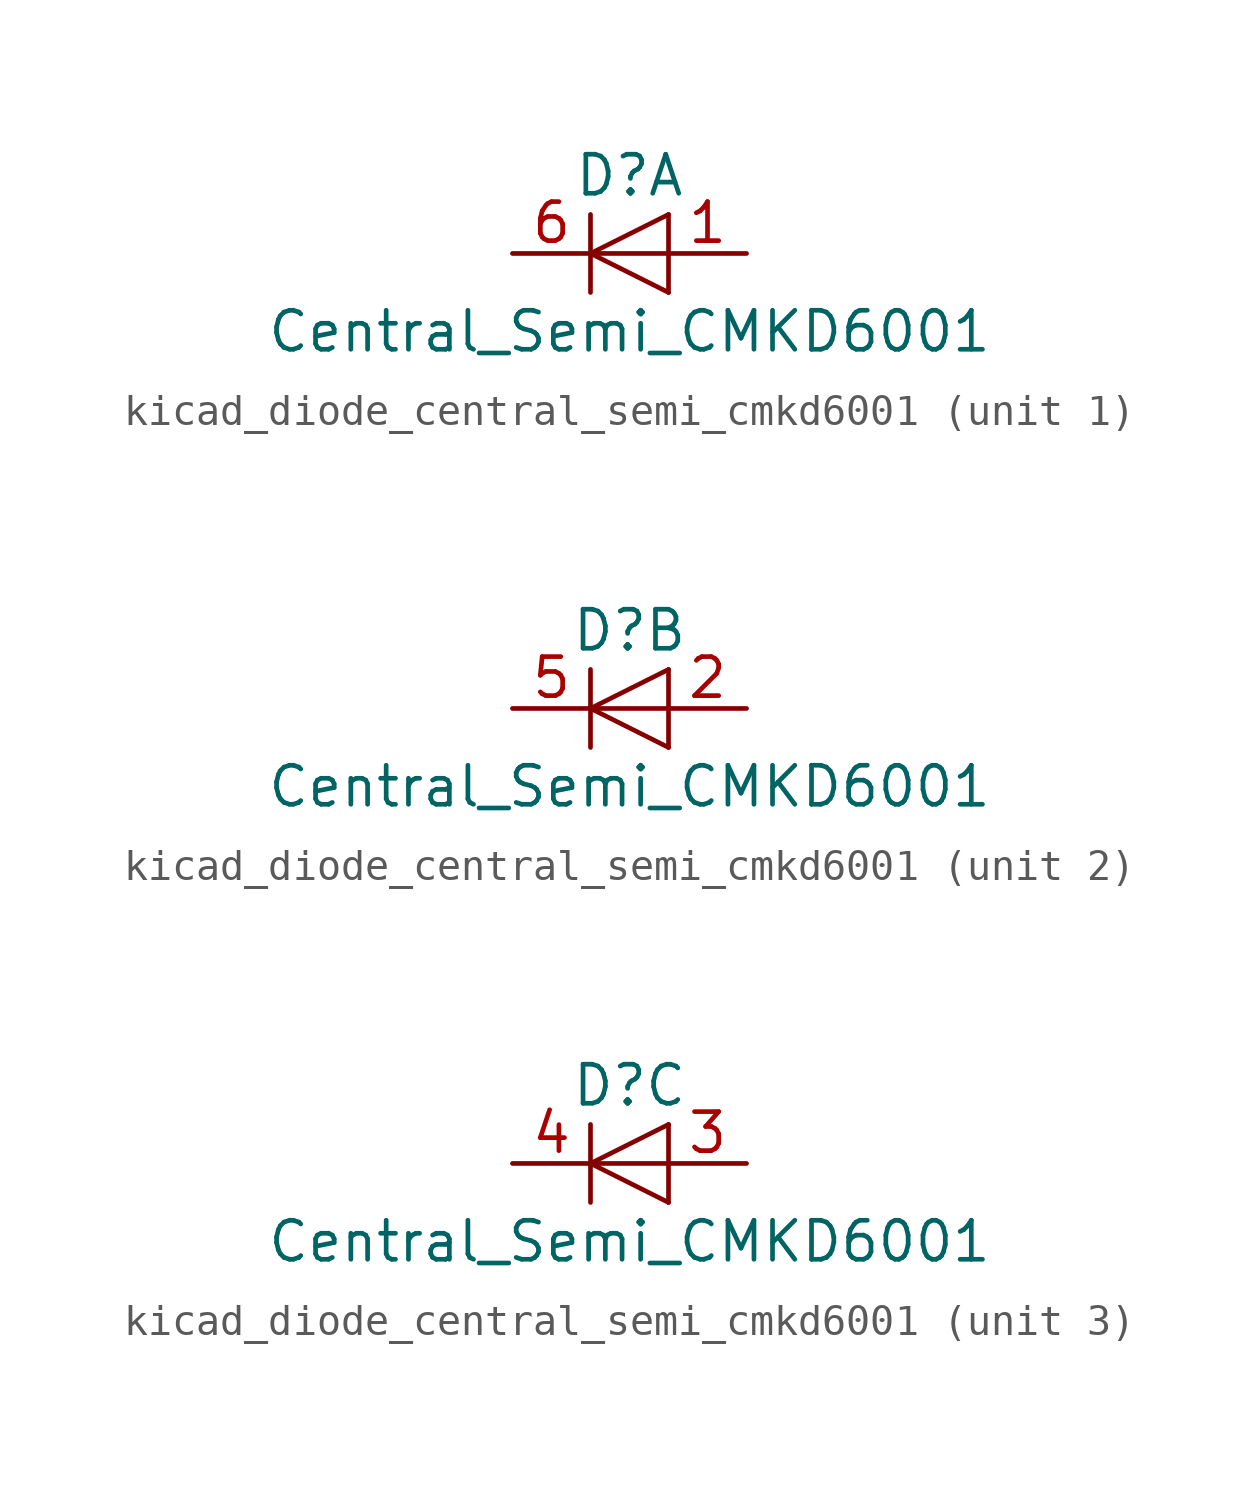
<source format=kicad_sym>
(kicad_symbol_lib
  (version 20220914)
  (generator kicad_symbol_editor)
  (symbol "kicad_diode_central_semi_cmkd6001"
    (pin_names
      (offset 1.016) hide)
    (property "Reference" "D"
      (at 0 2.54 0)
      (effects (font (size 1.27 1.27))))
    (property "Value" "Central_Semi_CMKD6001"
      (at 0 -2.54 0)
      (effects (font (size 1.27 1.27))))
    (symbol "kicad_diode_central_semi_cmkd6001_0_1"
      (polyline (pts (xy -1.27 1.27) (xy -1.27 -1.27)) (stroke (width 0.152) (type default)) (fill (type none)))
      (polyline (pts (xy 1.27 0) (xy -1.27 0)) (stroke (width 0) (type default)) (fill (type none)))
      (polyline (pts (xy 1.27 1.27) (xy 1.27 -1.27)) (stroke (width 0) (type default)) (fill (type none)))
      (polyline (pts (xy 1.27 1.27) (xy -1.27 0) (xy 1.27 -1.27)) (stroke (width 0) (type default)) (fill (type none))))
    (symbol "kicad_diode_central_semi_cmkd6001_1_1"
      (pin passive line (at 3.81 0 180) (length 2.54) (name "A" (effects (font (size 1.27 1.27)))) (number "1" (effects (font (size 1.27 1.27)))))
      (pin passive line (at -3.81 0 0) (length 2.54) (name "K" (effects (font (size 1.27 1.27)))) (number "6" (effects (font (size 1.27 1.27))))))
    (symbol "kicad_diode_central_semi_cmkd6001_2_1"
      (pin passive line (at 3.81 0 180) (length 2.54) (name "A" (effects (font (size 1.27 1.27)))) (number "2" (effects (font (size 1.27 1.27)))))
      (pin passive line (at -3.81 0 0) (length 2.54) (name "K" (effects (font (size 1.27 1.27)))) (number "5" (effects (font (size 1.27 1.27))))))
    (symbol "kicad_diode_central_semi_cmkd6001_3_1"
      (pin passive line (at 3.81 0 180) (length 2.54) (name "A" (effects (font (size 1.27 1.27)))) (number "3" (effects (font (size 1.27 1.27)))))
      (pin passive line (at -3.81 0 0) (length 2.54) (name "K" (effects (font (size 1.27 1.27)))) (number "4" (effects (font (size 1.27 1.27))))))))
</source>
